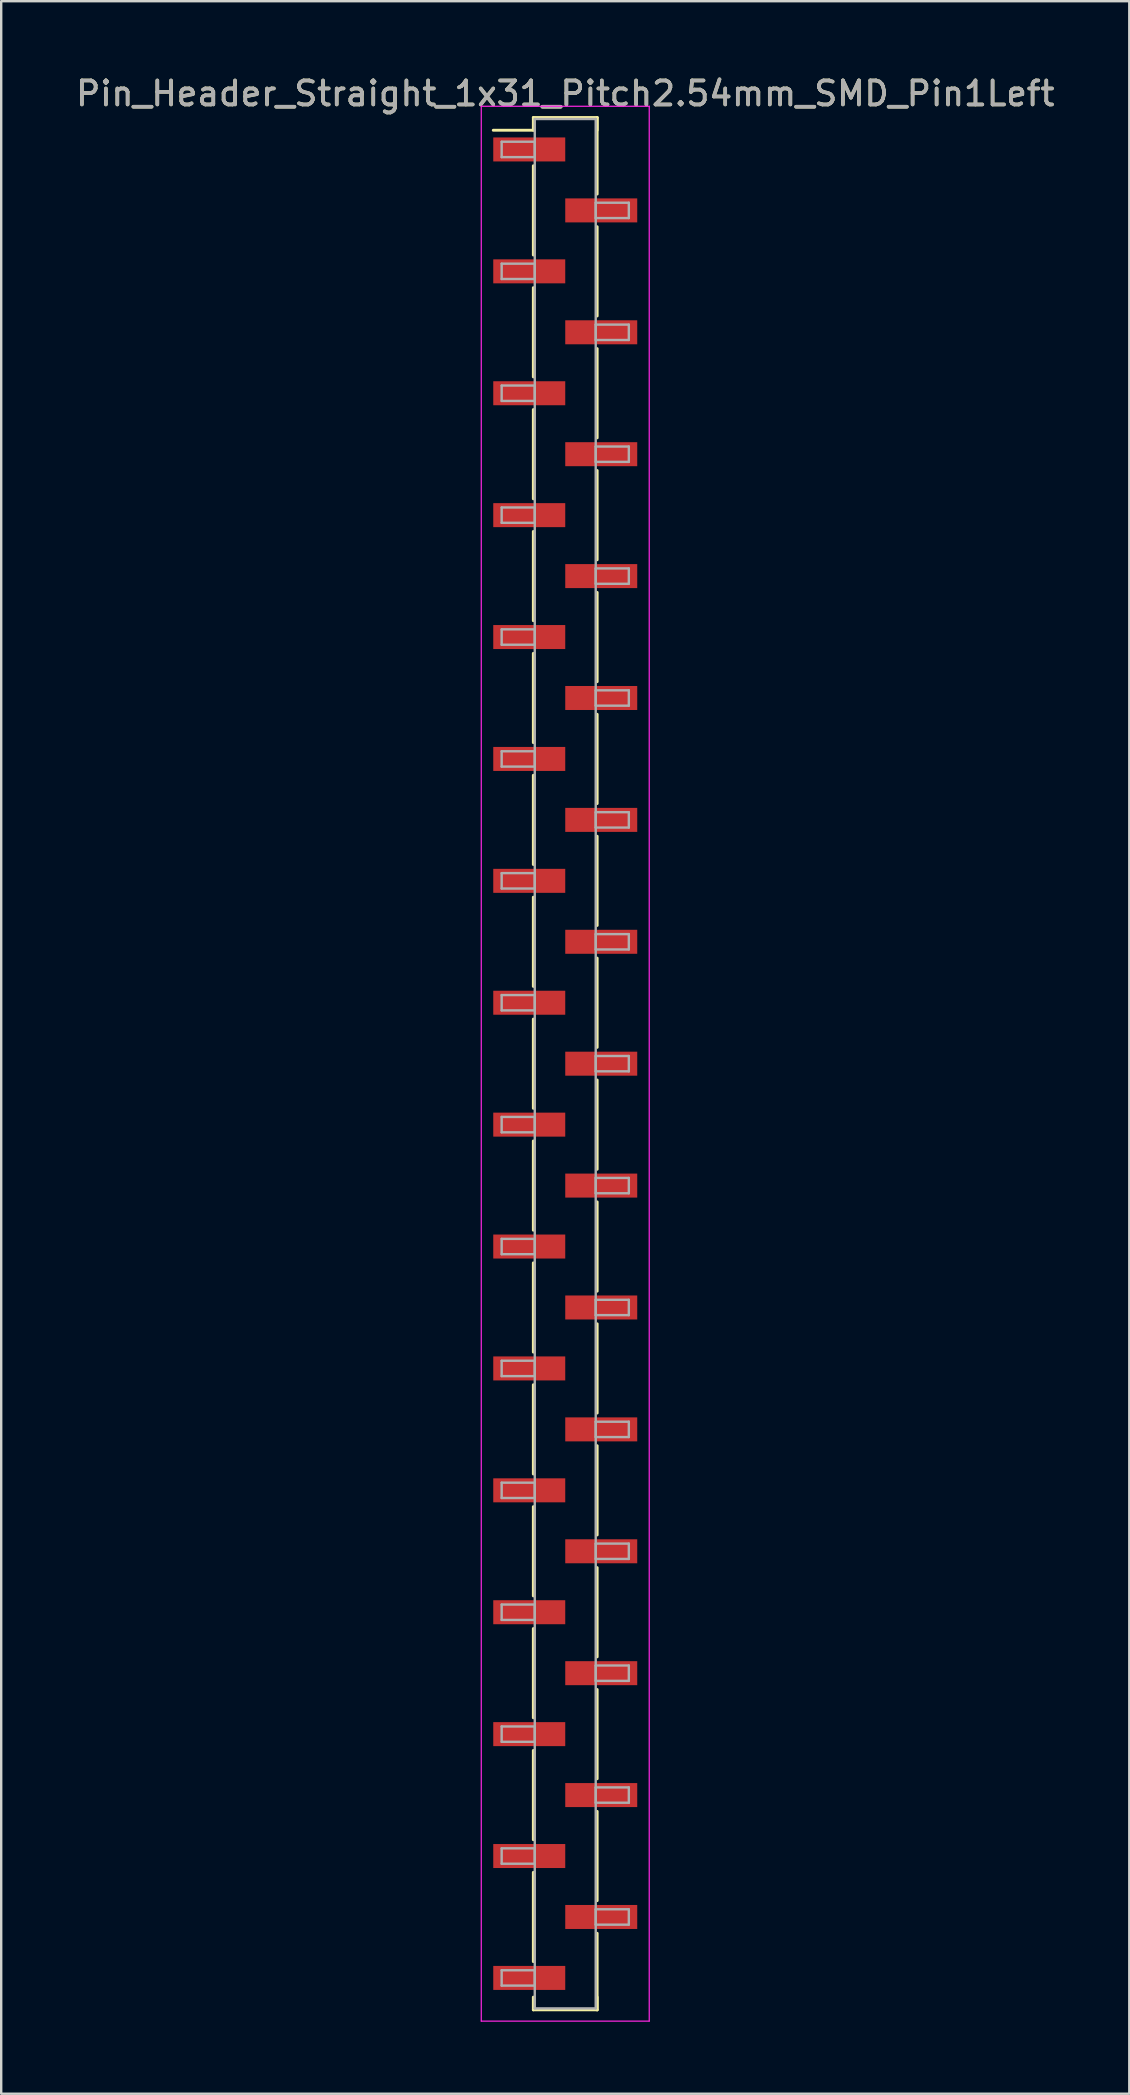
<source format=kicad_pcb>
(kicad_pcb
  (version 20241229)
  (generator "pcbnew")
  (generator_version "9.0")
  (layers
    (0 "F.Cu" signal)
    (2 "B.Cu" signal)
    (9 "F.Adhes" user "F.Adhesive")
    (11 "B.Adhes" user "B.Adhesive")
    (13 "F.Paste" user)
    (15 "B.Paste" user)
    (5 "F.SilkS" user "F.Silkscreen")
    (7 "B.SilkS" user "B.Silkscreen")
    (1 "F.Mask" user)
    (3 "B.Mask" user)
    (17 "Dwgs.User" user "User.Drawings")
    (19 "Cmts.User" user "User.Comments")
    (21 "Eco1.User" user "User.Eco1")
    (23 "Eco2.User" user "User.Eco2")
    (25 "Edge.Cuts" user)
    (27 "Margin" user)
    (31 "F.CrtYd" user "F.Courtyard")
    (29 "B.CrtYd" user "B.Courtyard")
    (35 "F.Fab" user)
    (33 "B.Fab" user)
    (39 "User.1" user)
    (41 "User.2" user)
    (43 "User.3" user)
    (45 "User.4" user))
  (footprint "Pin_Header_Straight_1x31_Pitch2.54mm_SMD_Pin1Left"
    (layer "F.Cu")
    (at 20.506 41.278)
    (property "Reference" "Pin_Header_Straight_1x31_Pitch2.54mm_SMD_Pin1Left" (at 0 -40.43 0) (layer "F.SilkS") (effects (font (size 1 1) (thickness 0.15))))
    (attr smd)
    (fp_line (start -1.33 -39.43) (end 1.33 -39.43) (stroke (width 0.12) (type solid)) (layer "F.SilkS"))
    (fp_line (start -1.33 -38.9) (end -3 -38.9) (stroke (width 0.12) (type solid)) (layer "F.SilkS"))
    (fp_line (start -1.33 -38.9) (end -1.33 -39.43) (stroke (width 0.12) (type solid)) (layer "F.SilkS"))
    (fp_line (start -1.33 -37.42) (end -1.33 -33.7) (stroke (width 0.12) (type solid)) (layer "F.SilkS"))
    (fp_line (start -1.33 -32.34) (end -1.33 -28.62) (stroke (width 0.12) (type solid)) (layer "F.SilkS"))
    (fp_line (start -1.33 -27.26) (end -1.33 -23.54) (stroke (width 0.12) (type solid)) (layer "F.SilkS"))
    (fp_line (start -1.33 -22.18) (end -1.33 -18.46) (stroke (width 0.12) (type solid)) (layer "F.SilkS"))
    (fp_line (start -1.33 -17.1) (end -1.33 -13.38) (stroke (width 0.12) (type solid)) (layer "F.SilkS"))
    (fp_line (start -1.33 -12.02) (end -1.33 -8.3) (stroke (width 0.12) (type solid)) (layer "F.SilkS"))
    (fp_line (start -1.33 -6.94) (end -1.33 -3.22) (stroke (width 0.12) (type solid)) (layer "F.SilkS"))
    (fp_line (start -1.33 -1.86) (end -1.33 1.86) (stroke (width 0.12) (type solid)) (layer "F.SilkS"))
    (fp_line (start -1.33 3.22) (end -1.33 6.94) (stroke (width 0.12) (type solid)) (layer "F.SilkS"))
    (fp_line (start -1.33 8.3) (end -1.33 12.02) (stroke (width 0.12) (type solid)) (layer "F.SilkS"))
    (fp_line (start -1.33 13.38) (end -1.33 17.1) (stroke (width 0.12) (type solid)) (layer "F.SilkS"))
    (fp_line (start -1.33 18.46) (end -1.33 22.18) (stroke (width 0.12) (type solid)) (layer "F.SilkS"))
    (fp_line (start -1.33 23.54) (end -1.33 27.26) (stroke (width 0.12) (type solid)) (layer "F.SilkS"))
    (fp_line (start -1.33 28.62) (end -1.33 32.34) (stroke (width 0.12) (type solid)) (layer "F.SilkS"))
    (fp_line (start -1.33 33.7) (end -1.33 37.42) (stroke (width 0.12) (type solid)) (layer "F.SilkS"))
    (fp_line (start -1.33 38.9) (end -1.33 39.43) (stroke (width 0.12) (type solid)) (layer "F.SilkS"))
    (fp_line (start -1.33 39.43) (end 1.33 39.43) (stroke (width 0.12) (type solid)) (layer "F.SilkS"))
    (fp_line (start 1.33 -39.43) (end 1.33 -38.9) (stroke (width 0.12) (type solid)) (layer "F.SilkS"))
    (fp_line (start 1.33 -39.43) (end 1.33 -36.24) (stroke (width 0.12) (type solid)) (layer "F.SilkS"))
    (fp_line (start 1.33 -34.88) (end 1.33 -31.16) (stroke (width 0.12) (type solid)) (layer "F.SilkS"))
    (fp_line (start 1.33 -29.8) (end 1.33 -26.08) (stroke (width 0.12) (type solid)) (layer "F.SilkS"))
    (fp_line (start 1.33 -24.72) (end 1.33 -21) (stroke (width 0.12) (type solid)) (layer "F.SilkS"))
    (fp_line (start 1.33 -19.64) (end 1.33 -15.92) (stroke (width 0.12) (type solid)) (layer "F.SilkS"))
    (fp_line (start 1.33 -14.56) (end 1.33 -10.84) (stroke (width 0.12) (type solid)) (layer "F.SilkS"))
    (fp_line (start 1.33 -9.48) (end 1.33 -5.76) (stroke (width 0.12) (type solid)) (layer "F.SilkS"))
    (fp_line (start 1.33 -4.4) (end 1.33 -0.68) (stroke (width 0.12) (type solid)) (layer "F.SilkS"))
    (fp_line (start 1.33 0.68) (end 1.33 4.4) (stroke (width 0.12) (type solid)) (layer "F.SilkS"))
    (fp_line (start 1.33 5.76) (end 1.33 9.48) (stroke (width 0.12) (type solid)) (layer "F.SilkS"))
    (fp_line (start 1.33 10.84) (end 1.33 14.56) (stroke (width 0.12) (type solid)) (layer "F.SilkS"))
    (fp_line (start 1.33 15.92) (end 1.33 19.64) (stroke (width 0.12) (type solid)) (layer "F.SilkS"))
    (fp_line (start 1.33 21) (end 1.33 24.72) (stroke (width 0.12) (type solid)) (layer "F.SilkS"))
    (fp_line (start 1.33 26.08) (end 1.33 29.8) (stroke (width 0.12) (type solid)) (layer "F.SilkS"))
    (fp_line (start 1.33 31.16) (end 1.33 34.88) (stroke (width 0.12) (type solid)) (layer "F.SilkS"))
    (fp_line (start 1.33 36.24) (end 1.33 39.43) (stroke (width 0.12) (type solid)) (layer "F.SilkS"))
    (fp_line (start 1.33 39.43) (end 1.33 38.9) (stroke (width 0.12) (type solid)) (layer "F.SilkS"))
    (fp_line (start -3.5 -39.9) (end -3.5 39.9) (stroke (width 0.05) (type solid)) (layer "F.CrtYd"))
    (fp_line (start -3.5 39.9) (end 3.5 39.9) (stroke (width 0.05) (type solid)) (layer "F.CrtYd"))
    (fp_line (start 3.5 -39.9) (end -3.5 -39.9) (stroke (width 0.05) (type solid)) (layer "F.CrtYd"))
    (fp_line (start 3.5 39.9) (end 3.5 -39.9) (stroke (width 0.05) (type solid)) (layer "F.CrtYd"))
    (fp_line (start -2.65 -38.42) (end -1.27 -38.42) (stroke (width 0.1) (type solid)) (layer "F.Fab"))
    (fp_line (start -2.65 -37.78) (end -2.65 -38.42) (stroke (width 0.1) (type solid)) (layer "F.Fab"))
    (fp_line (start -2.65 -33.34) (end -1.27 -33.34) (stroke (width 0.1) (type solid)) (layer "F.Fab"))
    (fp_line (start -2.65 -32.7) (end -2.65 -33.34) (stroke (width 0.1) (type solid)) (layer "F.Fab"))
    (fp_line (start -2.65 -28.26) (end -1.27 -28.26) (stroke (width 0.1) (type solid)) (layer "F.Fab"))
    (fp_line (start -2.65 -27.62) (end -2.65 -28.26) (stroke (width 0.1) (type solid)) (layer "F.Fab"))
    (fp_line (start -2.65 -23.18) (end -1.27 -23.18) (stroke (width 0.1) (type solid)) (layer "F.Fab"))
    (fp_line (start -2.65 -22.54) (end -2.65 -23.18) (stroke (width 0.1) (type solid)) (layer "F.Fab"))
    (fp_line (start -2.65 -18.1) (end -1.27 -18.1) (stroke (width 0.1) (type solid)) (layer "F.Fab"))
    (fp_line (start -2.65 -17.46) (end -2.65 -18.1) (stroke (width 0.1) (type solid)) (layer "F.Fab"))
    (fp_line (start -2.65 -13.02) (end -1.27 -13.02) (stroke (width 0.1) (type solid)) (layer "F.Fab"))
    (fp_line (start -2.65 -12.38) (end -2.65 -13.02) (stroke (width 0.1) (type solid)) (layer "F.Fab"))
    (fp_line (start -2.65 -7.94) (end -1.27 -7.94) (stroke (width 0.1) (type solid)) (layer "F.Fab"))
    (fp_line (start -2.65 -7.3) (end -2.65 -7.94) (stroke (width 0.1) (type solid)) (layer "F.Fab"))
    (fp_line (start -2.65 -2.86) (end -1.27 -2.86) (stroke (width 0.1) (type solid)) (layer "F.Fab"))
    (fp_line (start -2.65 -2.22) (end -2.65 -2.86) (stroke (width 0.1) (type solid)) (layer "F.Fab"))
    (fp_line (start -2.65 2.22) (end -1.27 2.22) (stroke (width 0.1) (type solid)) (layer "F.Fab"))
    (fp_line (start -2.65 2.86) (end -2.65 2.22) (stroke (width 0.1) (type solid)) (layer "F.Fab"))
    (fp_line (start -2.65 7.3) (end -1.27 7.3) (stroke (width 0.1) (type solid)) (layer "F.Fab"))
    (fp_line (start -2.65 7.94) (end -2.65 7.3) (stroke (width 0.1) (type solid)) (layer "F.Fab"))
    (fp_line (start -2.65 12.38) (end -1.27 12.38) (stroke (width 0.1) (type solid)) (layer "F.Fab"))
    (fp_line (start -2.65 13.02) (end -2.65 12.38) (stroke (width 0.1) (type solid)) (layer "F.Fab"))
    (fp_line (start -2.65 17.46) (end -1.27 17.46) (stroke (width 0.1) (type solid)) (layer "F.Fab"))
    (fp_line (start -2.65 18.1) (end -2.65 17.46) (stroke (width 0.1) (type solid)) (layer "F.Fab"))
    (fp_line (start -2.65 22.54) (end -1.27 22.54) (stroke (width 0.1) (type solid)) (layer "F.Fab"))
    (fp_line (start -2.65 23.18) (end -2.65 22.54) (stroke (width 0.1) (type solid)) (layer "F.Fab"))
    (fp_line (start -2.65 27.62) (end -1.27 27.62) (stroke (width 0.1) (type solid)) (layer "F.Fab"))
    (fp_line (start -2.65 28.26) (end -2.65 27.62) (stroke (width 0.1) (type solid)) (layer "F.Fab"))
    (fp_line (start -2.65 32.7) (end -1.27 32.7) (stroke (width 0.1) (type solid)) (layer "F.Fab"))
    (fp_line (start -2.65 33.34) (end -2.65 32.7) (stroke (width 0.1) (type solid)) (layer "F.Fab"))
    (fp_line (start -2.65 37.78) (end -1.27 37.78) (stroke (width 0.1) (type solid)) (layer "F.Fab"))
    (fp_line (start -2.65 38.42) (end -2.65 37.78) (stroke (width 0.1) (type solid)) (layer "F.Fab"))
    (fp_line (start -1.27 -39.37) (end -1.27 39.37) (stroke (width 0.1) (type solid)) (layer "F.Fab"))
    (fp_line (start -1.27 -38.42) (end -1.27 -37.78) (stroke (width 0.1) (type solid)) (layer "F.Fab"))
    (fp_line (start -1.27 -37.78) (end -2.65 -37.78) (stroke (width 0.1) (type solid)) (layer "F.Fab"))
    (fp_line (start -1.27 -33.34) (end -1.27 -32.7) (stroke (width 0.1) (type solid)) (layer "F.Fab"))
    (fp_line (start -1.27 -32.7) (end -2.65 -32.7) (stroke (width 0.1) (type solid)) (layer "F.Fab"))
    (fp_line (start -1.27 -28.26) (end -1.27 -27.62) (stroke (width 0.1) (type solid)) (layer "F.Fab"))
    (fp_line (start -1.27 -27.62) (end -2.65 -27.62) (stroke (width 0.1) (type solid)) (layer "F.Fab"))
    (fp_line (start -1.27 -23.18) (end -1.27 -22.54) (stroke (width 0.1) (type solid)) (layer "F.Fab"))
    (fp_line (start -1.27 -22.54) (end -2.65 -22.54) (stroke (width 0.1) (type solid)) (layer "F.Fab"))
    (fp_line (start -1.27 -18.1) (end -1.27 -17.46) (stroke (width 0.1) (type solid)) (layer "F.Fab"))
    (fp_line (start -1.27 -17.46) (end -2.65 -17.46) (stroke (width 0.1) (type solid)) (layer "F.Fab"))
    (fp_line (start -1.27 -13.02) (end -1.27 -12.38) (stroke (width 0.1) (type solid)) (layer "F.Fab"))
    (fp_line (start -1.27 -12.38) (end -2.65 -12.38) (stroke (width 0.1) (type solid)) (layer "F.Fab"))
    (fp_line (start -1.27 -7.94) (end -1.27 -7.3) (stroke (width 0.1) (type solid)) (layer "F.Fab"))
    (fp_line (start -1.27 -7.3) (end -2.65 -7.3) (stroke (width 0.1) (type solid)) (layer "F.Fab"))
    (fp_line (start -1.27 -2.86) (end -1.27 -2.22) (stroke (width 0.1) (type solid)) (layer "F.Fab"))
    (fp_line (start -1.27 -2.22) (end -2.65 -2.22) (stroke (width 0.1) (type solid)) (layer "F.Fab"))
    (fp_line (start -1.27 2.22) (end -1.27 2.86) (stroke (width 0.1) (type solid)) (layer "F.Fab"))
    (fp_line (start -1.27 2.86) (end -2.65 2.86) (stroke (width 0.1) (type solid)) (layer "F.Fab"))
    (fp_line (start -1.27 7.3) (end -1.27 7.94) (stroke (width 0.1) (type solid)) (layer "F.Fab"))
    (fp_line (start -1.27 7.94) (end -2.65 7.94) (stroke (width 0.1) (type solid)) (layer "F.Fab"))
    (fp_line (start -1.27 12.38) (end -1.27 13.02) (stroke (width 0.1) (type solid)) (layer "F.Fab"))
    (fp_line (start -1.27 13.02) (end -2.65 13.02) (stroke (width 0.1) (type solid)) (layer "F.Fab"))
    (fp_line (start -1.27 17.46) (end -1.27 18.1) (stroke (width 0.1) (type solid)) (layer "F.Fab"))
    (fp_line (start -1.27 18.1) (end -2.65 18.1) (stroke (width 0.1) (type solid)) (layer "F.Fab"))
    (fp_line (start -1.27 22.54) (end -1.27 23.18) (stroke (width 0.1) (type solid)) (layer "F.Fab"))
    (fp_line (start -1.27 23.18) (end -2.65 23.18) (stroke (width 0.1) (type solid)) (layer "F.Fab"))
    (fp_line (start -1.27 27.62) (end -1.27 28.26) (stroke (width 0.1) (type solid)) (layer "F.Fab"))
    (fp_line (start -1.27 28.26) (end -2.65 28.26) (stroke (width 0.1) (type solid)) (layer "F.Fab"))
    (fp_line (start -1.27 32.7) (end -1.27 33.34) (stroke (width 0.1) (type solid)) (layer "F.Fab"))
    (fp_line (start -1.27 33.34) (end -2.65 33.34) (stroke (width 0.1) (type solid)) (layer "F.Fab"))
    (fp_line (start -1.27 37.78) (end -1.27 38.42) (stroke (width 0.1) (type solid)) (layer "F.Fab"))
    (fp_line (start -1.27 38.42) (end -2.65 38.42) (stroke (width 0.1) (type solid)) (layer "F.Fab"))
    (fp_line (start -1.27 39.37) (end 1.27 39.37) (stroke (width 0.1) (type solid)) (layer "F.Fab"))
    (fp_line (start 1.27 -39.37) (end -1.27 -39.37) (stroke (width 0.1) (type solid)) (layer "F.Fab"))
    (fp_line (start 1.27 -35.88) (end 1.27 -35.24) (stroke (width 0.1) (type solid)) (layer "F.Fab"))
    (fp_line (start 1.27 -35.24) (end 2.65 -35.24) (stroke (width 0.1) (type solid)) (layer "F.Fab"))
    (fp_line (start 1.27 -30.8) (end 1.27 -30.16) (stroke (width 0.1) (type solid)) (layer "F.Fab"))
    (fp_line (start 1.27 -30.16) (end 2.65 -30.16) (stroke (width 0.1) (type solid)) (layer "F.Fab"))
    (fp_line (start 1.27 -25.72) (end 1.27 -25.08) (stroke (width 0.1) (type solid)) (layer "F.Fab"))
    (fp_line (start 1.27 -25.08) (end 2.65 -25.08) (stroke (width 0.1) (type solid)) (layer "F.Fab"))
    (fp_line (start 1.27 -20.64) (end 1.27 -20) (stroke (width 0.1) (type solid)) (layer "F.Fab"))
    (fp_line (start 1.27 -20) (end 2.65 -20) (stroke (width 0.1) (type solid)) (layer "F.Fab"))
    (fp_line (start 1.27 -15.56) (end 1.27 -14.92) (stroke (width 0.1) (type solid)) (layer "F.Fab"))
    (fp_line (start 1.27 -14.92) (end 2.65 -14.92) (stroke (width 0.1) (type solid)) (layer "F.Fab"))
    (fp_line (start 1.27 -10.48) (end 1.27 -9.84) (stroke (width 0.1) (type solid)) (layer "F.Fab"))
    (fp_line (start 1.27 -9.84) (end 2.65 -9.84) (stroke (width 0.1) (type solid)) (layer "F.Fab"))
    (fp_line (start 1.27 -5.4) (end 1.27 -4.76) (stroke (width 0.1) (type solid)) (layer "F.Fab"))
    (fp_line (start 1.27 -4.76) (end 2.65 -4.76) (stroke (width 0.1) (type solid)) (layer "F.Fab"))
    (fp_line (start 1.27 -0.32) (end 1.27 0.32) (stroke (width 0.1) (type solid)) (layer "F.Fab"))
    (fp_line (start 1.27 0.32) (end 2.65 0.32) (stroke (width 0.1) (type solid)) (layer "F.Fab"))
    (fp_line (start 1.27 4.76) (end 1.27 5.4) (stroke (width 0.1) (type solid)) (layer "F.Fab"))
    (fp_line (start 1.27 5.4) (end 2.65 5.4) (stroke (width 0.1) (type solid)) (layer "F.Fab"))
    (fp_line (start 1.27 9.84) (end 1.27 10.48) (stroke (width 0.1) (type solid)) (layer "F.Fab"))
    (fp_line (start 1.27 10.48) (end 2.65 10.48) (stroke (width 0.1) (type solid)) (layer "F.Fab"))
    (fp_line (start 1.27 14.92) (end 1.27 15.56) (stroke (width 0.1) (type solid)) (layer "F.Fab"))
    (fp_line (start 1.27 15.56) (end 2.65 15.56) (stroke (width 0.1) (type solid)) (layer "F.Fab"))
    (fp_line (start 1.27 20) (end 1.27 20.64) (stroke (width 0.1) (type solid)) (layer "F.Fab"))
    (fp_line (start 1.27 20.64) (end 2.65 20.64) (stroke (width 0.1) (type solid)) (layer "F.Fab"))
    (fp_line (start 1.27 25.08) (end 1.27 25.72) (stroke (width 0.1) (type solid)) (layer "F.Fab"))
    (fp_line (start 1.27 25.72) (end 2.65 25.72) (stroke (width 0.1) (type solid)) (layer "F.Fab"))
    (fp_line (start 1.27 30.16) (end 1.27 30.8) (stroke (width 0.1) (type solid)) (layer "F.Fab"))
    (fp_line (start 1.27 30.8) (end 2.65 30.8) (stroke (width 0.1) (type solid)) (layer "F.Fab"))
    (fp_line (start 1.27 35.24) (end 1.27 35.88) (stroke (width 0.1) (type solid)) (layer "F.Fab"))
    (fp_line (start 1.27 35.88) (end 2.65 35.88) (stroke (width 0.1) (type solid)) (layer "F.Fab"))
    (fp_line (start 1.27 39.37) (end 1.27 -39.37) (stroke (width 0.1) (type solid)) (layer "F.Fab"))
    (fp_line (start 2.65 -35.88) (end 1.27 -35.88) (stroke (width 0.1) (type solid)) (layer "F.Fab"))
    (fp_line (start 2.65 -35.24) (end 2.65 -35.88) (stroke (width 0.1) (type solid)) (layer "F.Fab"))
    (fp_line (start 2.65 -30.8) (end 1.27 -30.8) (stroke (width 0.1) (type solid)) (layer "F.Fab"))
    (fp_line (start 2.65 -30.16) (end 2.65 -30.8) (stroke (width 0.1) (type solid)) (layer "F.Fab"))
    (fp_line (start 2.65 -25.72) (end 1.27 -25.72) (stroke (width 0.1) (type solid)) (layer "F.Fab"))
    (fp_line (start 2.65 -25.08) (end 2.65 -25.72) (stroke (width 0.1) (type solid)) (layer "F.Fab"))
    (fp_line (start 2.65 -20.64) (end 1.27 -20.64) (stroke (width 0.1) (type solid)) (layer "F.Fab"))
    (fp_line (start 2.65 -20) (end 2.65 -20.64) (stroke (width 0.1) (type solid)) (layer "F.Fab"))
    (fp_line (start 2.65 -15.56) (end 1.27 -15.56) (stroke (width 0.1) (type solid)) (layer "F.Fab"))
    (fp_line (start 2.65 -14.92) (end 2.65 -15.56) (stroke (width 0.1) (type solid)) (layer "F.Fab"))
    (fp_line (start 2.65 -10.48) (end 1.27 -10.48) (stroke (width 0.1) (type solid)) (layer "F.Fab"))
    (fp_line (start 2.65 -9.84) (end 2.65 -10.48) (stroke (width 0.1) (type solid)) (layer "F.Fab"))
    (fp_line (start 2.65 -5.4) (end 1.27 -5.4) (stroke (width 0.1) (type solid)) (layer "F.Fab"))
    (fp_line (start 2.65 -4.76) (end 2.65 -5.4) (stroke (width 0.1) (type solid)) (layer "F.Fab"))
    (fp_line (start 2.65 -0.32) (end 1.27 -0.32) (stroke (width 0.1) (type solid)) (layer "F.Fab"))
    (fp_line (start 2.65 0.32) (end 2.65 -0.32) (stroke (width 0.1) (type solid)) (layer "F.Fab"))
    (fp_line (start 2.65 4.76) (end 1.27 4.76) (stroke (width 0.1) (type solid)) (layer "F.Fab"))
    (fp_line (start 2.65 5.4) (end 2.65 4.76) (stroke (width 0.1) (type solid)) (layer "F.Fab"))
    (fp_line (start 2.65 9.84) (end 1.27 9.84) (stroke (width 0.1) (type solid)) (layer "F.Fab"))
    (fp_line (start 2.65 10.48) (end 2.65 9.84) (stroke (width 0.1) (type solid)) (layer "F.Fab"))
    (fp_line (start 2.65 14.92) (end 1.27 14.92) (stroke (width 0.1) (type solid)) (layer "F.Fab"))
    (fp_line (start 2.65 15.56) (end 2.65 14.92) (stroke (width 0.1) (type solid)) (layer "F.Fab"))
    (fp_line (start 2.65 20) (end 1.27 20) (stroke (width 0.1) (type solid)) (layer "F.Fab"))
    (fp_line (start 2.65 20.64) (end 2.65 20) (stroke (width 0.1) (type solid)) (layer "F.Fab"))
    (fp_line (start 2.65 25.08) (end 1.27 25.08) (stroke (width 0.1) (type solid)) (layer "F.Fab"))
    (fp_line (start 2.65 25.72) (end 2.65 25.08) (stroke (width 0.1) (type solid)) (layer "F.Fab"))
    (fp_line (start 2.65 30.16) (end 1.27 30.16) (stroke (width 0.1) (type solid)) (layer "F.Fab"))
    (fp_line (start 2.65 30.8) (end 2.65 30.16) (stroke (width 0.1) (type solid)) (layer "F.Fab"))
    (fp_line (start 2.65 35.24) (end 1.27 35.24) (stroke (width 0.1) (type solid)) (layer "F.Fab"))
    (fp_line (start 2.65 35.88) (end 2.65 35.24) (stroke (width 0.1) (type solid)) (layer "F.Fab"))
    (fp_text user "${REFERENCE}" (at 0 -40.43 0) (layer "F.Fab") (effects (font (size 1 1) (thickness 0.15))))
    (pad "1" smd rect (at -1.5 -38.1) (size 3 1) (layers "F.Cu" "F.Mask" "F.Paste"))
    (pad "2" smd rect (at 1.5 -35.56) (size 3 1) (layers "F.Cu" "F.Mask" "F.Paste"))
    (pad "3" smd rect (at -1.5 -33.02) (size 3 1) (layers "F.Cu" "F.Mask" "F.Paste"))
    (pad "4" smd rect (at 1.5 -30.48) (size 3 1) (layers "F.Cu" "F.Mask" "F.Paste"))
    (pad "5" smd rect (at -1.5 -27.94) (size 3 1) (layers "F.Cu" "F.Mask" "F.Paste"))
    (pad "6" smd rect (at 1.5 -25.4) (size 3 1) (layers "F.Cu" "F.Mask" "F.Paste"))
    (pad "7" smd rect (at -1.5 -22.86) (size 3 1) (layers "F.Cu" "F.Mask" "F.Paste"))
    (pad "8" smd rect (at 1.5 -20.32) (size 3 1) (layers "F.Cu" "F.Mask" "F.Paste"))
    (pad "9" smd rect (at -1.5 -17.78) (size 3 1) (layers "F.Cu" "F.Mask" "F.Paste"))
    (pad "10" smd rect (at 1.5 -15.24) (size 3 1) (layers "F.Cu" "F.Mask" "F.Paste"))
    (pad "11" smd rect (at -1.5 -12.7) (size 3 1) (layers "F.Cu" "F.Mask" "F.Paste"))
    (pad "12" smd rect (at 1.5 -10.16) (size 3 1) (layers "F.Cu" "F.Mask" "F.Paste"))
    (pad "13" smd rect (at -1.5 -7.62) (size 3 1) (layers "F.Cu" "F.Mask" "F.Paste"))
    (pad "14" smd rect (at 1.5 -5.08) (size 3 1) (layers "F.Cu" "F.Mask" "F.Paste"))
    (pad "15" smd rect (at -1.5 -2.54) (size 3 1) (layers "F.Cu" "F.Mask" "F.Paste"))
    (pad "16" smd rect (at 1.5 0) (size 3 1) (layers "F.Cu" "F.Mask" "F.Paste"))
    (pad "17" smd rect (at -1.5 2.54) (size 3 1) (layers "F.Cu" "F.Mask" "F.Paste"))
    (pad "18" smd rect (at 1.5 5.08) (size 3 1) (layers "F.Cu" "F.Mask" "F.Paste"))
    (pad "19" smd rect (at -1.5 7.62) (size 3 1) (layers "F.Cu" "F.Mask" "F.Paste"))
    (pad "20" smd rect (at 1.5 10.16) (size 3 1) (layers "F.Cu" "F.Mask" "F.Paste"))
    (pad "21" smd rect (at -1.5 12.7) (size 3 1) (layers "F.Cu" "F.Mask" "F.Paste"))
    (pad "22" smd rect (at 1.5 15.24) (size 3 1) (layers "F.Cu" "F.Mask" "F.Paste"))
    (pad "23" smd rect (at -1.5 17.78) (size 3 1) (layers "F.Cu" "F.Mask" "F.Paste"))
    (pad "24" smd rect (at 1.5 20.32) (size 3 1) (layers "F.Cu" "F.Mask" "F.Paste"))
    (pad "25" smd rect (at -1.5 22.86) (size 3 1) (layers "F.Cu" "F.Mask" "F.Paste"))
    (pad "26" smd rect (at 1.5 25.4) (size 3 1) (layers "F.Cu" "F.Mask" "F.Paste"))
    (pad "27" smd rect (at -1.5 27.94) (size 3 1) (layers "F.Cu" "F.Mask" "F.Paste"))
    (pad "28" smd rect (at 1.5 30.48) (size 3 1) (layers "F.Cu" "F.Mask" "F.Paste"))
    (pad "29" smd rect (at -1.5 33.02) (size 3 1) (layers "F.Cu" "F.Mask" "F.Paste"))
    (pad "30" smd rect (at 1.5 35.56) (size 3 1) (layers "F.Cu" "F.Mask" "F.Paste"))
    (pad "31" smd rect (at -1.5 38.1) (size 3 1) (layers "F.Cu" "F.Mask" "F.Paste")))
  (gr_rect
    (start -3 -3)
    (end 44.012 84.203)
    (stroke (width 0.1) (type default))
    (fill no)
    (layer "Edge.Cuts")))
</source>
